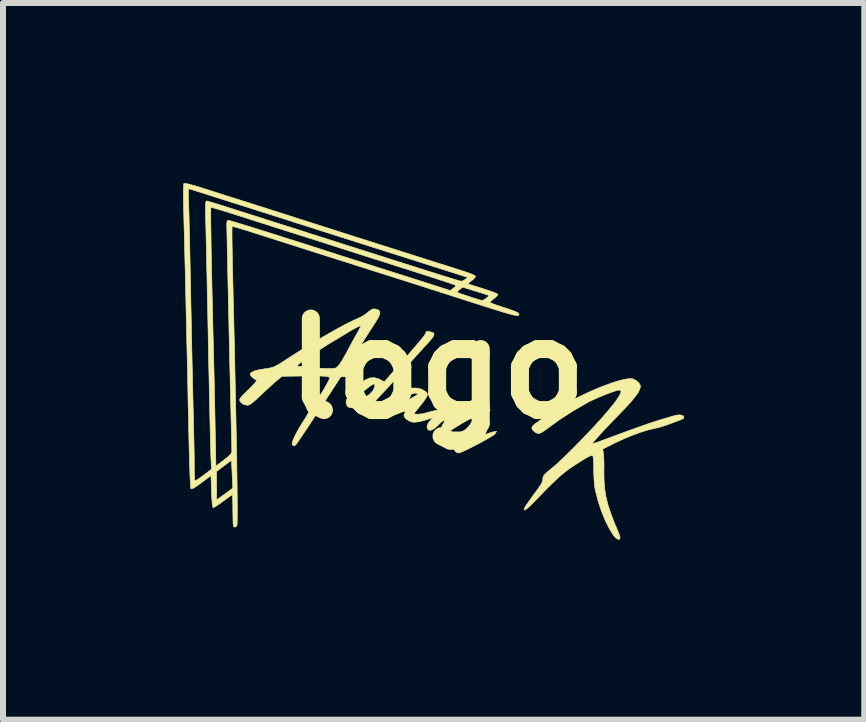
<source format=kicad_pcb>
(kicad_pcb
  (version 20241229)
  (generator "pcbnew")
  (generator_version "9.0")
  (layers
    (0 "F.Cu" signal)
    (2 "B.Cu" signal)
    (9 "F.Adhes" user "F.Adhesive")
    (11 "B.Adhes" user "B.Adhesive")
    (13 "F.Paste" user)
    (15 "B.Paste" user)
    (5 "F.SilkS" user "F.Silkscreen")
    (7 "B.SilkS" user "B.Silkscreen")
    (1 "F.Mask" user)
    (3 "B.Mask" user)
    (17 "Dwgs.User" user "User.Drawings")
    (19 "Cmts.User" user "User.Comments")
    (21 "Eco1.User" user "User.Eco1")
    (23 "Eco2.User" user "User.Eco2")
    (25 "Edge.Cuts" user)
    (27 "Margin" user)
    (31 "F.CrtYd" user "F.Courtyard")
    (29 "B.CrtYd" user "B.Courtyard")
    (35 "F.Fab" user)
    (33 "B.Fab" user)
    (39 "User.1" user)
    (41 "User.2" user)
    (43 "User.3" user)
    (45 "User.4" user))
  (footprint "logo"
    (layer "F.Cu")
    (at 4.233 3.092)
    (property "Reference" "logo" (at 0 0 0) (layer "F.SilkS") (effects (font (size 1.524 1.524) (thickness 0.3))))
    (attr through_hole)
    (fp_poly (pts (xy -1.024 -0.992) (xy -0.981 -0.978) (xy -0.957 -0.956) (xy -0.954 -0.921) (xy -0.972 -0.87) (xy -1.011 -0.799) (xy -1.054 -0.732) (xy -1.105 -0.654) (xy -1.157 -0.574) (xy -1.202 -0.503) (xy -1.225 -0.466) (xy -1.261 -0.408) (xy -1.308 -0.334) (xy -1.36 -0.252) (xy -1.397 -0.195) (xy -1.44 -0.127) (xy -1.475 -0.068) (xy -1.498 -0.025) (xy -1.507 -0.004) (xy -1.503 0.012) (xy -1.487 0.023) (xy -1.449 0.034) (xy -1.417 0.042) (xy -1.381 0.058) (xy -1.375 0.08) (xy -1.397 0.108) (xy -1.451 0.126) (xy -1.535 0.134) (xy -1.605 0.135) (xy -1.762 0.377) (xy -1.894 0.578) (xy -2.008 0.753) (xy -2.106 0.9) (xy -2.186 1.022) (xy -2.251 1.118) (xy -2.3 1.191) (xy -2.335 1.241) (xy -2.355 1.268) (xy -2.361 1.274) (xy -2.393 1.286) (xy -2.413 1.266) (xy -2.416 1.259) (xy -2.414 1.229) (xy -2.396 1.178) (xy -2.365 1.11) (xy -2.324 1.032) (xy -2.276 0.95) (xy -2.232 0.88) (xy -2.2 0.83) (xy -2.177 0.792) (xy -2.167 0.774) (xy -2.167 0.774) (xy -2.158 0.757) (xy -2.134 0.718) (xy -2.097 0.663) (xy -2.051 0.596) (xy -2.047 0.59) (xy -1.991 0.507) (xy -1.934 0.418) (xy -1.883 0.336) (xy -1.853 0.284) (xy -1.819 0.221) (xy -1.8 0.181) (xy -1.794 0.158) (xy -1.799 0.144) (xy -1.814 0.135) (xy -1.844 0.128) (xy -1.906 0.124) (xy -1.998 0.121) (xy -2.118 0.121) (xy -2.216 0.122) (xy -2.586 0.127) (xy -2.667 0.194) (xy -2.71 0.231) (xy -2.77 0.285) (xy -2.84 0.349) (xy -2.913 0.417) (xy -2.932 0.435) (xy -3.011 0.509) (xy -3.07 0.561) (xy -3.114 0.593) (xy -3.145 0.608) (xy -3.158 0.61) (xy -3.226 0.596) (xy -3.276 0.556) (xy -3.286 0.54) (xy -3.291 0.523) (xy -3.287 0.504) (xy -3.27 0.479) (xy -3.236 0.441) (xy -3.183 0.388) (xy -3.147 0.353) (xy -3.086 0.293) (xy -3.041 0.244) (xy -3.014 0.209) (xy -3.008 0.193) (xy -3.009 0.193) (xy -3.049 0.169) (xy -3.087 0.136) (xy -3.112 0.104) (xy -3.116 0.091) (xy -3.099 0.065) (xy -3.05 0.04) (xy -2.971 0.019) (xy -2.863 0.000425) (xy -2.861 0.000198) (xy -2.809 -0.007) (xy -2.767 -0.016) (xy -2.727 -0.028) (xy -2.686 -0.047) (xy -2.681 -0.05) (xy -2.337 -0.05) (xy -2.321 -0.043) (xy -2.279 -0.036) (xy -2.217 -0.03) (xy -2.172 -0.026) (xy -2.098 -0.021) (xy -2.036 -0.016) (xy -1.993 -0.011) (xy -1.981 -0.009) (xy -1.953 -0.007) (xy -1.901 -0.004) (xy -1.836 -0.002) (xy -1.824 -0.002) (xy -1.756 -0.002) (xy -1.713 -0.005) (xy -1.684 -0.015) (xy -1.66 -0.035) (xy -1.643 -0.053) (xy -1.615 -0.09) (xy -1.578 -0.148) (xy -1.537 -0.219) (xy -1.51 -0.268) (xy -1.464 -0.355) (xy -1.413 -0.449) (xy -1.365 -0.534) (xy -1.347 -0.567) (xy -1.313 -0.627) (xy -1.287 -0.677) (xy -1.272 -0.707) (xy -1.27 -0.714) (xy -1.283 -0.713) (xy -1.32 -0.698) (xy -1.376 -0.669) (xy -1.444 -0.631) (xy -1.521 -0.584) (xy -1.532 -0.577) (xy -1.603 -0.534) (xy -1.683 -0.485) (xy -1.744 -0.45) (xy -1.803 -0.414) (xy -1.875 -0.368) (xy -1.955 -0.317) (xy -2.038 -0.262) (xy -2.12 -0.207) (xy -2.195 -0.155) (xy -2.259 -0.111) (xy -2.307 -0.076) (xy -2.333 -0.054) (xy -2.337 -0.05) (xy -2.681 -0.05) (xy -2.635 -0.075) (xy -2.57 -0.116) (xy -2.483 -0.172) (xy -2.464 -0.185) (xy -2.323 -0.275) (xy -2.176 -0.367) (xy -2.026 -0.457) (xy -1.879 -0.543) (xy -1.738 -0.624) (xy -1.608 -0.696) (xy -1.492 -0.757) (xy -1.396 -0.804) (xy -1.324 -0.836) (xy -1.316 -0.839) (xy -1.256 -0.868) (xy -1.191 -0.91) (xy -1.159 -0.936) (xy -1.113 -0.973) (xy -1.08 -0.992) (xy -1.048 -0.995) (xy -1.024 -0.992)) (stroke (width 0.01) (type solid)) (fill yes) (layer "F.SilkS"))
    (fp_poly (pts (xy 3.255 0.168) (xy 3.264 0.171) (xy 3.319 0.2) (xy 3.362 0.239) (xy 3.385 0.279) (xy 3.387 0.291) (xy 3.377 0.339) (xy 3.347 0.399) (xy 3.294 0.473) (xy 3.219 0.563) (xy 3.119 0.672) (xy 3.068 0.724) (xy 2.971 0.824) (xy 2.878 0.92) (xy 2.794 1.009) (xy 2.721 1.088) (xy 2.661 1.154) (xy 2.618 1.203) (xy 2.594 1.233) (xy 2.591 1.241) (xy 2.594 1.244) (xy 2.608 1.243) (xy 2.635 1.236) (xy 2.678 1.222) (xy 2.743 1.198) (xy 2.833 1.165) (xy 2.938 1.126) (xy 3.077 1.075) (xy 3.223 1.021) (xy 3.367 0.97) (xy 3.499 0.923) (xy 3.61 0.886) (xy 3.615 0.884) (xy 3.665 0.868) (xy 3.735 0.847) (xy 3.817 0.822) (xy 3.899 0.798) (xy 3.97 0.778) (xy 3.973 0.777) (xy 4.029 0.769) (xy 4.074 0.775) (xy 4.102 0.79) (xy 4.111 0.812) (xy 4.094 0.835) (xy 4.054 0.854) (xy 4.016 0.867) (xy 3.957 0.889) (xy 3.887 0.915) (xy 3.861 0.925) (xy 3.78 0.953) (xy 3.695 0.978) (xy 3.623 0.996) (xy 3.61 0.999) (xy 3.509 1.022) (xy 3.388 1.06) (xy 3.254 1.109) (xy 3.115 1.166) (xy 2.981 1.228) (xy 2.947 1.244) (xy 2.757 1.34) (xy 2.77 1.402) (xy 2.774 1.442) (xy 2.777 1.508) (xy 2.779 1.59) (xy 2.779 1.681) (xy 2.778 1.702) (xy 2.78 1.855) (xy 2.79 1.996) (xy 2.812 2.132) (xy 2.846 2.271) (xy 2.895 2.419) (xy 2.959 2.585) (xy 2.996 2.67) (xy 3.021 2.732) (xy 3.039 2.783) (xy 3.048 2.815) (xy 3.048 2.818) (xy 3.038 2.842) (xy 3.013 2.842) (xy 2.979 2.821) (xy 2.941 2.781) (xy 2.935 2.773) (xy 2.867 2.663) (xy 2.8 2.528) (xy 2.738 2.377) (xy 2.684 2.216) (xy 2.642 2.055) (xy 2.633 2.018) (xy 2.621 1.938) (xy 2.613 1.836) (xy 2.608 1.723) (xy 2.608 1.676) (xy 2.607 1.591) (xy 2.603 1.521) (xy 2.598 1.471) (xy 2.592 1.449) (xy 2.591 1.448) (xy 2.575 1.446) (xy 2.547 1.455) (xy 2.503 1.476) (xy 2.441 1.512) (xy 2.357 1.565) (xy 2.275 1.618) (xy 2.205 1.665) (xy 2.137 1.715) (xy 2.069 1.771) (xy 1.995 1.837) (xy 1.913 1.915) (xy 1.818 2.009) (xy 1.707 2.123) (xy 1.619 2.214) (xy 1.552 2.282) (xy 1.5 2.328) (xy 1.465 2.352) (xy 1.449 2.353) (xy 1.452 2.329) (xy 1.463 2.307) (xy 1.482 2.276) (xy 1.517 2.225) (xy 1.563 2.161) (xy 1.615 2.089) (xy 1.624 2.077) (xy 1.683 1.997) (xy 1.723 1.937) (xy 1.748 1.892) (xy 1.759 1.857) (xy 1.761 1.837) (xy 1.763 1.811) (xy 1.773 1.787) (xy 1.794 1.76) (xy 1.831 1.725) (xy 1.889 1.676) (xy 1.926 1.646) (xy 1.994 1.587) (xy 2.08 1.507) (xy 2.179 1.411) (xy 2.288 1.303) (xy 2.401 1.187) (xy 2.515 1.069) (xy 2.625 0.952) (xy 2.726 0.841) (xy 2.814 0.74) (xy 2.831 0.72) (xy 2.925 0.607) (xy 2.994 0.516) (xy 3.039 0.446) (xy 3.061 0.397) (xy 3.061 0.367) (xy 3.038 0.356) (xy 3.033 0.356) (xy 2.998 0.362) (xy 2.939 0.381) (xy 2.863 0.408) (xy 2.778 0.441) (xy 2.69 0.477) (xy 2.607 0.514) (xy 2.535 0.548) (xy 2.506 0.564) (xy 2.26 0.706) (xy 2.032 0.854) (xy 1.816 1.012) (xy 1.754 1.055) (xy 1.71 1.077) (xy 1.673 1.079) (xy 1.637 1.062) (xy 1.619 1.049) (xy 1.587 1.017) (xy 1.577 0.988) (xy 1.59 0.957) (xy 1.63 0.919) (xy 1.697 0.872) (xy 1.714 0.861) (xy 1.79 0.811) (xy 1.87 0.759) (xy 1.94 0.712) (xy 1.958 0.7) (xy 2.075 0.626) (xy 2.204 0.552) (xy 2.341 0.479) (xy 2.483 0.411) (xy 2.625 0.347) (xy 2.763 0.291) (xy 2.894 0.243) (xy 3.012 0.205) (xy 3.115 0.178) (xy 3.197 0.166) (xy 3.255 0.168)) (stroke (width 0.01) (type solid)) (fill yes) (layer "F.SilkS"))
    (fp_poly (pts (xy -0.143 -0.62) (xy -0.131 -0.617) (xy -0.09 -0.607) (xy -0.064 -0.599) (xy -0.064 -0.598) (xy -0.051 -0.578) (xy -0.061 -0.544) (xy -0.096 -0.494) (xy -0.156 -0.425) (xy -0.165 -0.415) (xy -0.22 -0.356) (xy -0.289 -0.28) (xy -0.364 -0.197) (xy -0.437 -0.115) (xy -0.449 -0.102) (xy -0.553 0.016) (xy -0.64 0.114) (xy -0.715 0.197) (xy -0.782 0.271) (xy -0.847 0.341) (xy -0.915 0.413) (xy -0.947 0.448) (xy -1.001 0.505) (xy -1.042 0.554) (xy -1.067 0.589) (xy -1.073 0.605) (xy -1.072 0.605) (xy -1.057 0.604) (xy -1.028 0.594) (xy -0.982 0.573) (xy -0.915 0.541) (xy -0.826 0.496) (xy -0.711 0.437) (xy -0.656 0.408) (xy -0.578 0.369) (xy -0.521 0.343) (xy -0.474 0.329) (xy -0.43 0.323) (xy -0.389 0.322) (xy -0.317 0.326) (xy -0.261 0.342) (xy -0.219 0.365) (xy -0.184 0.389) (xy -0.166 0.413) (xy -0.163 0.441) (xy -0.179 0.478) (xy -0.214 0.53) (xy -0.269 0.602) (xy -0.282 0.618) (xy -0.391 0.754) (xy -0.332 0.759) (xy -0.285 0.756) (xy -0.221 0.746) (xy -0.156 0.729) (xy -0.093 0.712) (xy -0.039 0.699) (xy -0.006 0.694) (xy -0.006 0.694) (xy 0.025 0.683) (xy 0.065 0.653) (xy 0.085 0.635) (xy 0.124 0.6) (xy 0.159 0.579) (xy 0.171 0.576) (xy 0.209 0.59) (xy 0.23 0.625) (xy 0.229 0.658) (xy 0.225 0.68) (xy 0.238 0.684) (xy 0.274 0.675) (xy 0.334 0.668) (xy 0.388 0.68) (xy 0.426 0.708) (xy 0.435 0.728) (xy 0.445 0.752) (xy 0.463 0.759) (xy 0.494 0.75) (xy 0.546 0.724) (xy 0.565 0.713) (xy 0.645 0.674) (xy 0.722 0.647) (xy 0.788 0.633) (xy 0.837 0.635) (xy 0.854 0.643) (xy 0.876 0.675) (xy 0.881 0.695) (xy 0.87 0.716) (xy 0.839 0.758) (xy 0.793 0.816) (xy 0.734 0.886) (xy 0.667 0.964) (xy 0.659 0.973) (xy 0.591 1.05) (xy 0.533 1.117) (xy 0.487 1.173) (xy 0.457 1.211) (xy 0.445 1.229) (xy 0.446 1.23) (xy 0.463 1.227) (xy 0.506 1.213) (xy 0.569 1.189) (xy 0.644 1.159) (xy 0.663 1.151) (xy 0.746 1.117) (xy 0.823 1.088) (xy 0.886 1.066) (xy 0.928 1.054) (xy 0.931 1.054) (xy 0.99 1.044) (xy 0.963 1.085) (xy 0.941 1.105) (xy 0.893 1.135) (xy 0.827 1.174) (xy 0.749 1.218) (xy 0.664 1.263) (xy 0.579 1.307) (xy 0.499 1.347) (xy 0.431 1.378) (xy 0.38 1.399) (xy 0.355 1.405) (xy 0.322 1.394) (xy 0.3 1.376) (xy 0.275 1.335) (xy 0.268 1.283) (xy 0.269 1.264) (xy 0.281 1.239) (xy 0.312 1.197) (xy 0.357 1.144) (xy 0.403 1.094) (xy 0.471 1.021) (xy 0.535 0.951) (xy 0.589 0.887) (xy 0.631 0.835) (xy 0.655 0.8) (xy 0.66 0.789) (xy 0.647 0.789) (xy 0.61 0.804) (xy 0.555 0.832) (xy 0.487 0.869) (xy 0.412 0.912) (xy 0.335 0.959) (xy 0.293 0.985) (xy 0.222 1.03) (xy 0.173 1.058) (xy 0.14 1.071) (xy 0.117 1.073) (xy 0.103 1.067) (xy 0.074 1.035) (xy 0.07 0.987) (xy 0.091 0.931) (xy 0.103 0.913) (xy 0.122 0.878) (xy 0.119 0.863) (xy 0.098 0.869) (xy 0.064 0.894) (xy 0.041 0.916) (xy -0.003 0.959) (xy -0.048 0.997) (xy -0.055 1.002) (xy -0.104 1.026) (xy -0.142 1.023) (xy -0.164 1) (xy -0.169 0.962) (xy -0.154 0.915) (xy -0.117 0.866) (xy -0.114 0.862) (xy -0.085 0.831) (xy -0.081 0.819) (xy -0.093 0.822) (xy -0.207 0.86) (xy -0.305 0.884) (xy -0.382 0.893) (xy -0.414 0.89) (xy -0.465 0.872) (xy -0.511 0.842) (xy -0.544 0.808) (xy -0.553 0.776) (xy -0.552 0.77) (xy -0.536 0.731) (xy -0.532 0.72) (xy -0.534 0.71) (xy -0.557 0.712) (xy -0.605 0.729) (xy -0.625 0.737) (xy -0.724 0.769) (xy -0.81 0.779) (xy -0.879 0.767) (xy -0.917 0.743) (xy -0.947 0.719) (xy -0.973 0.72) (xy -0.985 0.726) (xy -1.022 0.741) (xy -1.074 0.753) (xy -1.089 0.756) (xy -1.138 0.76) (xy -1.169 0.75) (xy -1.2 0.721) (xy -1.21 0.709) (xy -1.238 0.678) (xy -1.265 0.661) (xy -1.301 0.654) (xy -1.358 0.652) (xy -1.369 0.652) (xy -1.43 0.651) (xy -1.466 0.645) (xy -1.488 0.632) (xy -1.491 0.628) (xy -0.745 0.628) (xy -0.723 0.625) (xy -0.674 0.606) (xy -0.595 0.571) (xy -0.517 0.535) (xy -0.422 0.488) (xy -0.359 0.452) (xy -0.327 0.427) (xy -0.326 0.412) (xy -0.355 0.407) (xy -0.36 0.407) (xy -0.414 0.418) (xy -0.488 0.449) (xy -0.574 0.497) (xy -0.644 0.544) (xy -0.705 0.588) (xy -0.738 0.616) (xy -0.745 0.628) (xy -1.491 0.628) (xy -1.505 0.608) (xy -1.505 0.608) (xy -1.518 0.566) (xy -1.514 0.536) (xy -1.367 0.536) (xy -1.355 0.54) (xy -1.327 0.534) (xy -1.285 0.519) (xy -1.229 0.493) (xy -1.194 0.473) (xy -1.115 0.418) (xy -1.065 0.358) (xy -1.04 0.299) (xy -1.038 0.263) (xy -1.051 0.254) (xy -1.079 0.265) (xy -1.124 0.295) (xy -1.179 0.337) (xy -1.237 0.386) (xy -1.29 0.435) (xy -1.333 0.48) (xy -1.358 0.513) (xy -1.367 0.536) (xy -1.514 0.536) (xy -1.511 0.519) (xy -1.481 0.462) (xy -1.427 0.392) (xy -1.382 0.343) (xy -1.286 0.25) (xy -1.2 0.188) (xy -1.12 0.154) (xy -1.044 0.15) (xy -0.969 0.172) (xy -0.958 0.178) (xy -0.881 0.219) (xy -0.588 -0.113) (xy -0.48 -0.236) (xy -0.393 -0.337) (xy -0.324 -0.417) (xy -0.271 -0.48) (xy -0.233 -0.527) (xy -0.208 -0.561) (xy -0.193 -0.586) (xy -0.187 -0.602) (xy -0.187 -0.607) (xy -0.177 -0.621) (xy -0.143 -0.62)) (stroke (width 0.01) (type solid)) (fill yes) (layer "F.SilkS"))
    (fp_poly (pts (xy -4.142 -3.076) (xy -4.056 -3.053) (xy -3.939 -3.018) (xy -3.884 -3) (xy -3.785 -2.969) (xy -3.661 -2.929) (xy -3.52 -2.884) (xy -3.368 -2.836) (xy -3.213 -2.787) (xy -3.062 -2.739) (xy -3.023 -2.726) (xy -2.879 -2.681) (xy -2.733 -2.634) (xy -2.591 -2.589) (xy -2.459 -2.547) (xy -2.345 -2.51) (xy -2.253 -2.481) (xy -2.227 -2.472) (xy -2.173 -2.455) (xy -2.09 -2.428) (xy -1.981 -2.394) (xy -1.85 -2.352) (xy -1.7 -2.304) (xy -1.534 -2.251) (xy -1.356 -2.194) (xy -1.168 -2.135) (xy -0.975 -2.073) (xy -0.779 -2.011) (xy -0.583 -1.949) (xy -0.392 -1.888) (xy -0.208 -1.829) (xy -0.034 -1.774) (xy 0.125 -1.724) (xy 0.267 -1.679) (xy 0.389 -1.64) (xy 0.423 -1.629) (xy 0.51 -1.6) (xy 0.578 -1.574) (xy 0.623 -1.553) (xy 0.639 -1.539) (xy 0.629 -1.517) (xy 0.598 -1.485) (xy 0.573 -1.466) (xy 0.536 -1.437) (xy 0.517 -1.417) (xy 0.518 -1.411) (xy 0.539 -1.404) (xy 0.586 -1.389) (xy 0.653 -1.368) (xy 0.734 -1.343) (xy 0.77 -1.331) (xy 0.854 -1.304) (xy 0.926 -1.278) (xy 0.979 -1.257) (xy 1.008 -1.243) (xy 1.012 -1.239) (xy 1.003 -1.22) (xy 0.973 -1.19) (xy 0.949 -1.171) (xy 0.909 -1.139) (xy 0.883 -1.115) (xy 0.878 -1.106) (xy 0.893 -1.097) (xy 0.935 -1.079) (xy 0.999 -1.056) (xy 1.077 -1.03) (xy 1.121 -1.016) (xy 1.228 -0.98) (xy 1.303 -0.952) (xy 1.348 -0.93) (xy 1.363 -0.914) (xy 1.363 -0.914) (xy 1.363 -0.903) (xy 1.36 -0.893) (xy 1.354 -0.887) (xy 1.34 -0.884) (xy 1.318 -0.886) (xy 1.284 -0.892) (xy 1.237 -0.903) (xy 1.175 -0.92) (xy 1.094 -0.944) (xy 0.993 -0.975) (xy 0.869 -1.014) (xy 0.721 -1.061) (xy 0.545 -1.117) (xy 0.34 -1.183) (xy 0.279 -1.202) (xy 0.047 -1.277) (xy 0.328 -1.277) (xy 0.328 -1.275) (xy 0.347 -1.266) (xy 0.39 -1.25) (xy 0.451 -1.229) (xy 0.521 -1.206) (xy 0.592 -1.182) (xy 0.658 -1.161) (xy 0.71 -1.145) (xy 0.741 -1.137) (xy 0.745 -1.136) (xy 0.774 -1.145) (xy 0.813 -1.169) (xy 0.821 -1.176) (xy 0.852 -1.204) (xy 0.856 -1.22) (xy 0.847 -1.225) (xy 0.821 -1.234) (xy 0.771 -1.25) (xy 0.703 -1.272) (xy 0.624 -1.296) (xy 0.427 -1.358) (xy 0.375 -1.32) (xy 0.343 -1.294) (xy 0.328 -1.277) (xy 0.047 -1.277) (xy -0.05 -1.308) (xy -0.404 -1.421) (xy -0.785 -1.542) (xy -1.195 -1.672) (xy -1.634 -1.812) (xy -1.715 -1.837) (xy -1.821 -1.871) (xy -1.947 -1.911) (xy -2.086 -1.955) (xy -2.232 -2.002) (xy -2.377 -2.048) (xy -2.43 -2.065) (xy -2.632 -2.129) (xy -2.804 -2.184) (xy -2.948 -2.23) (xy -3.067 -2.268) (xy -3.164 -2.299) (xy -3.241 -2.322) (xy -3.3 -2.34) (xy -3.343 -2.353) (xy -3.374 -2.361) (xy -3.394 -2.366) (xy -3.406 -2.367) (xy -3.413 -2.366) (xy -3.415 -2.365) (xy -3.417 -2.346) (xy -3.418 -2.297) (xy -3.418 -2.221) (xy -3.417 -2.121) (xy -3.415 -2.001) (xy -3.413 -1.863) (xy -3.41 -1.712) (xy -3.406 -1.554) (xy -3.395 -1.08) (xy -3.384 -0.631) (xy -3.374 -0.21) (xy -3.366 0.184) (xy -3.358 0.551) (xy -3.351 0.89) (xy -3.345 1.2) (xy -3.34 1.48) (xy -3.336 1.731) (xy -3.333 1.952) (xy -3.331 2.142) (xy -3.33 2.301) (xy -3.33 2.429) (xy -3.331 2.524) (xy -3.333 2.586) (xy -3.336 2.615) (xy -3.336 2.617) (xy -3.365 2.64) (xy -3.391 2.632) (xy -3.392 2.63) (xy -3.396 2.61) (xy -3.4 2.563) (xy -3.402 2.493) (xy -3.403 2.408) (xy -3.404 2.359) (xy -3.404 2.27) (xy -3.406 2.194) (xy -3.408 2.137) (xy -3.411 2.105) (xy -3.413 2.1) (xy -3.429 2.109) (xy -3.466 2.135) (xy -3.519 2.173) (xy -3.568 2.21) (xy -3.629 2.255) (xy -3.682 2.289) (xy -3.718 2.31) (xy -3.733 2.315) (xy -3.741 2.295) (xy -3.748 2.245) (xy -3.754 2.167) (xy -3.759 2.063) (xy -3.759 2.044) (xy -3.768 1.78) (xy -3.926 1.899) (xy -4.005 1.956) (xy -4.06 1.991) (xy -4.093 2.003) (xy -4.102 2.001) (xy -4.106 1.98) (xy -4.11 1.927) (xy -4.115 1.842) (xy -4.12 1.726) (xy -4.125 1.582) (xy -4.13 1.409) (xy -4.135 1.208) (xy -4.14 0.983) (xy -4.141 0.92) (xy -4.15 0.531) (xy -4.157 0.173) (xy -4.164 -0.155) (xy -4.171 -0.455) (xy -4.177 -0.731) (xy -4.183 -0.983) (xy -4.188 -1.214) (xy -4.193 -1.426) (xy -4.197 -1.622) (xy -4.202 -1.803) (xy -4.206 -1.972) (xy -4.21 -2.13) (xy -4.214 -2.281) (xy -4.218 -2.419) (xy -4.223 -2.614) (xy -4.227 -2.775) (xy -4.228 -2.903) (xy -4.228 -2.927) (xy -4.146 -2.927) (xy -4.144 -2.865) (xy -4.141 -2.773) (xy -4.141 -2.767) (xy -4.139 -2.711) (xy -4.136 -2.626) (xy -4.133 -2.512) (xy -4.13 -2.375) (xy -4.126 -2.217) (xy -4.122 -2.041) (xy -4.118 -1.851) (xy -4.114 -1.649) (xy -4.11 -1.44) (xy -4.106 -1.228) (xy -4.101 -1.001) (xy -4.096 -0.768) (xy -4.092 -0.536) (xy -4.087 -0.307) (xy -4.082 -0.087) (xy -4.077 0.12) (xy -4.073 0.31) (xy -4.069 0.478) (xy -4.066 0.619) (xy -4.064 0.694) (xy -4.06 0.85) (xy -4.056 1.008) (xy -4.053 1.162) (xy -4.05 1.304) (xy -4.048 1.43) (xy -4.047 1.532) (xy -4.047 1.585) (xy -4.047 1.677) (xy -4.045 1.758) (xy -4.042 1.82) (xy -4.039 1.858) (xy -4.037 1.868) (xy -4.02 1.862) (xy -3.982 1.84) (xy -3.931 1.805) (xy -3.893 1.777) (xy -3.807 1.711) (xy -3.675 1.711) (xy -3.675 2.186) (xy -3.619 2.147) (xy -3.573 2.114) (xy -3.516 2.072) (xy -3.484 2.049) (xy -3.405 1.99) (xy -3.415 1.761) (xy -3.419 1.677) (xy -3.423 1.607) (xy -3.425 1.556) (xy -3.427 1.531) (xy -3.427 1.529) (xy -3.441 1.537) (xy -3.475 1.562) (xy -3.524 1.598) (xy -3.552 1.619) (xy -3.675 1.711) (xy -3.807 1.711) (xy -3.76 1.675) (xy -3.768 1.502) (xy -3.77 1.461) (xy -3.772 1.388) (xy -3.775 1.286) (xy -3.778 1.159) (xy -3.782 1.008) (xy -3.786 0.836) (xy -3.79 0.647) (xy -3.794 0.442) (xy -3.799 0.224) (xy -3.804 -0.005) (xy -3.809 -0.24) (xy -3.81 -0.322) (xy -3.815 -0.566) (xy -3.82 -0.808) (xy -3.825 -1.045) (xy -3.83 -1.273) (xy -3.834 -1.49) (xy -3.839 -1.692) (xy -3.843 -1.876) (xy -3.846 -2.04) (xy -3.849 -2.179) (xy -3.852 -2.292) (xy -3.854 -2.374) (xy -3.854 -2.383) (xy -3.858 -2.516) (xy -3.859 -2.617) (xy -3.773 -2.617) (xy -3.772 -2.537) (xy -3.771 -2.428) (xy -3.769 -2.292) (xy -3.767 -2.132) (xy -3.764 -1.949) (xy -3.76 -1.745) (xy -3.755 -1.522) (xy -3.75 -1.282) (xy -3.744 -1.026) (xy -3.738 -0.757) (xy -3.731 -0.476) (xy -3.725 -0.254) (xy -3.721 -0.073) (xy -3.716 0.13) (xy -3.711 0.345) (xy -3.707 0.56) (xy -3.702 0.767) (xy -3.699 0.953) (xy -3.698 1.002) (xy -3.686 1.623) (xy -3.553 1.522) (xy -3.486 1.469) (xy -3.445 1.429) (xy -3.424 1.399) (xy -3.421 1.381) (xy -3.421 1.356) (xy -3.422 1.301) (xy -3.424 1.219) (xy -3.426 1.116) (xy -3.429 0.994) (xy -3.433 0.858) (xy -3.436 0.711) (xy -3.438 0.667) (xy -3.44 0.561) (xy -3.443 0.432) (xy -3.447 0.284) (xy -3.45 0.118) (xy -3.455 -0.062) (xy -3.459 -0.253) (xy -3.463 -0.452) (xy -3.468 -0.656) (xy -3.472 -0.863) (xy -3.477 -1.069) (xy -3.481 -1.271) (xy -3.486 -1.466) (xy -3.49 -1.651) (xy -3.493 -1.824) (xy -3.497 -1.982) (xy -3.499 -2.12) (xy -3.502 -2.237) (xy -3.504 -2.33) (xy -3.505 -2.395) (xy -3.505 -2.429) (xy -3.505 -2.431) (xy -3.496 -2.465) (xy -3.478 -2.472) (xy -3.457 -2.467) (xy -3.407 -2.453) (xy -3.331 -2.43) (xy -3.233 -2.4) (xy -3.115 -2.364) (xy -2.981 -2.322) (xy -2.834 -2.276) (xy -2.676 -2.226) (xy -2.513 -2.174) (xy -2.345 -2.121) (xy -2.177 -2.068) (xy -2.013 -2.015) (xy -1.854 -1.964) (xy -1.778 -1.939) (xy -1.702 -1.915) (xy -1.601 -1.882) (xy -1.48 -1.844) (xy -1.347 -1.801) (xy -1.206 -1.756) (xy -1.066 -1.712) (xy -1.033 -1.701) (xy -0.884 -1.654) (xy -0.724 -1.603) (xy -0.563 -1.552) (xy -0.408 -1.503) (xy -0.268 -1.458) (xy -0.152 -1.421) (xy -0.149 -1.42) (xy 0.218 -1.302) (xy 0.27 -1.34) (xy 0.3 -1.367) (xy 0.311 -1.387) (xy 0.309 -1.39) (xy 0.291 -1.398) (xy 0.243 -1.414) (xy 0.171 -1.439) (xy 0.075 -1.47) (xy -0.039 -1.507) (xy -0.168 -1.549) (xy -0.31 -1.594) (xy -0.406 -1.625) (xy -0.573 -1.678) (xy -0.746 -1.733) (xy -0.918 -1.788) (xy -1.084 -1.84) (xy -1.238 -1.889) (xy -1.372 -1.932) (xy -1.482 -1.967) (xy -1.499 -1.973) (xy -1.615 -2.01) (xy -1.755 -2.055) (xy -1.912 -2.105) (xy -2.078 -2.158) (xy -2.245 -2.211) (xy -2.404 -2.261) (xy -2.455 -2.277) (xy -2.609 -2.326) (xy -2.772 -2.378) (xy -2.935 -2.43) (xy -3.092 -2.48) (xy -3.234 -2.526) (xy -3.355 -2.564) (xy -3.392 -2.576) (xy -3.498 -2.61) (xy -3.593 -2.639) (xy -3.672 -2.662) (xy -3.731 -2.679) (xy -3.765 -2.686) (xy -3.771 -2.686) (xy -3.772 -2.668) (xy -3.773 -2.617) (xy -3.859 -2.617) (xy -3.859 -2.618) (xy -3.859 -2.693) (xy -3.858 -2.745) (xy -3.854 -2.776) (xy -3.848 -2.791) (xy -3.844 -2.794) (xy -3.839 -2.794) (xy -3.834 -2.793) (xy -3.824 -2.791) (xy -3.81 -2.787) (xy -3.789 -2.781) (xy -3.759 -2.772) (xy -3.719 -2.76) (xy -3.666 -2.744) (xy -3.6 -2.723) (xy -3.519 -2.698) (xy -3.42 -2.666) (xy -3.303 -2.629) (xy -3.165 -2.585) (xy -3.004 -2.534) (xy -2.82 -2.475) (xy -2.61 -2.408) (xy -2.372 -2.333) (xy -2.105 -2.247) (xy -1.88 -2.176) (xy -1.559 -2.073) (xy -1.269 -1.981) (xy -1.008 -1.898) (xy -0.776 -1.824) (xy -0.569 -1.758) (xy -0.387 -1.701) (xy -0.229 -1.65) (xy -0.092 -1.607) (xy 0.024 -1.57) (xy 0.122 -1.54) (xy 0.202 -1.515) (xy 0.267 -1.495) (xy 0.317 -1.48) (xy 0.355 -1.469) (xy 0.381 -1.462) (xy 0.397 -1.458) (xy 0.405 -1.456) (xy 0.405 -1.456) (xy 0.433 -1.466) (xy 0.468 -1.489) (xy 0.509 -1.521) (xy 0.453 -1.539) (xy 0.425 -1.548) (xy 0.368 -1.566) (xy 0.287 -1.592) (xy 0.186 -1.624) (xy 0.069 -1.661) (xy -0.059 -1.702) (xy -0.169 -1.737) (xy -0.314 -1.783) (xy -0.459 -1.829) (xy -0.599 -1.874) (xy -0.727 -1.914) (xy -0.839 -1.95) (xy -0.927 -1.978) (xy -0.965 -1.99) (xy -1.039 -2.013) (xy -1.139 -2.045) (xy -1.259 -2.083) (xy -1.393 -2.126) (xy -1.535 -2.171) (xy -1.678 -2.216) (xy -1.736 -2.235) (xy -1.974 -2.31) (xy -2.182 -2.377) (xy -2.365 -2.435) (xy -2.526 -2.487) (xy -2.667 -2.532) (xy -2.792 -2.572) (xy -2.905 -2.607) (xy -3.008 -2.64) (xy -3.104 -2.671) (xy -3.198 -2.701) (xy -3.291 -2.73) (xy -3.388 -2.761) (xy -3.492 -2.794) (xy -3.556 -2.814) (xy -3.685 -2.855) (xy -3.805 -2.893) (xy -3.911 -2.927) (xy -4 -2.955) (xy -4.067 -2.976) (xy -4.109 -2.989) (xy -4.12 -2.993) (xy -4.132 -2.994) (xy -4.14 -2.987) (xy -4.144 -2.966) (xy -4.146 -2.927) (xy -4.228 -2.927) (xy -4.227 -2.997) (xy -4.225 -3.057) (xy -4.221 -3.084) (xy -4.22 -3.085) (xy -4.196 -3.087) (xy -4.142 -3.076)) (stroke (width 0.01) (type solid)) (fill yes) (layer "F.SilkS")))
  (gr_rect
    (start -3 -3)
    (end 11.348 8.939)
    (stroke (width 0.1) (type default))
    (fill no)
    (layer "Edge.Cuts")))
</source>
